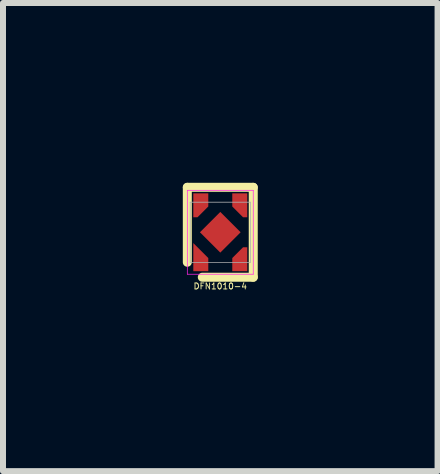
<source format=kicad_pcb>
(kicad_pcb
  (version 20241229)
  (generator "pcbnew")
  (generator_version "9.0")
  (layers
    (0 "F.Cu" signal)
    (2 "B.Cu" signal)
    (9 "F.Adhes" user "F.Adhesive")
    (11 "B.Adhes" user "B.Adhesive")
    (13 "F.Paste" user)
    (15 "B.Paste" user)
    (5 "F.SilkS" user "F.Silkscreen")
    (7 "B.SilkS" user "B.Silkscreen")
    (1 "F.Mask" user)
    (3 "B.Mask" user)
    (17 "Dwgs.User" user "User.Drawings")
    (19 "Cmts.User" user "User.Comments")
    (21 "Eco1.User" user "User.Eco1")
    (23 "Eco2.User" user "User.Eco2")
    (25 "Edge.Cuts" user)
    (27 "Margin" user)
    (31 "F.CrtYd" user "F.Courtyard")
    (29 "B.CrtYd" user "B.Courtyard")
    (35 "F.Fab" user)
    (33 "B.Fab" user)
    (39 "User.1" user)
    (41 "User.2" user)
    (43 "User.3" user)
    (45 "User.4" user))
  (footprint "DFN1010-4"
    (layer "F.Cu")
    (at 0.625 0.825)
    (property "Reference" "DFN1010-4" (at 0 0.9 0) (layer "F.SilkS") (effects (font (size 0.1 0.1) (thickness 0.015))))
    (attr through_hole)
    (fp_line (start -0.55 -0.75) (end -0.55 0.5) (stroke (width 0.15) (type solid)) (layer "F.SilkS"))
    (fp_line (start 0.55 -0.75) (end -0.55 -0.75) (stroke (width 0.15) (type solid)) (layer "F.SilkS"))
    (fp_line (start 0.55 -0.75) (end 0.55 0.75) (stroke (width 0.15) (type solid)) (layer "F.SilkS"))
    (fp_line (start 0.55 0.75) (end -0.3 0.75) (stroke (width 0.15) (type solid)) (layer "F.SilkS"))
    (fp_line (start -0.55 -0.7) (end 0.55 -0.7) (stroke (width 0.012) (type solid)) (layer "F.CrtYd"))
    (fp_line (start -0.55 0.7) (end -0.55 -0.7) (stroke (width 0.012) (type solid)) (layer "F.CrtYd"))
    (fp_line (start 0.55 -0.7) (end 0.55 0.7) (stroke (width 0.012) (type solid)) (layer "F.CrtYd"))
    (fp_line (start 0.55 0.7) (end -0.55 0.7) (stroke (width 0.012) (type solid)) (layer "F.CrtYd"))
    (fp_line (start -0.502 -0.502) (end 0.502 -0.502) (stroke (width 0.013) (type solid)) (layer "F.Fab"))
    (fp_line (start -0.502 0.502) (end -0.502 -0.502) (stroke (width 0.013) (type solid)) (layer "F.Fab"))
    (fp_line (start -0.502 0.502) (end 0.502 0.502) (stroke (width 0.013) (type solid)) (layer "F.Fab"))
    (fp_line (start 0.502 0.502) (end 0.502 -0.502) (stroke (width 0.013) (type solid)) (layer "F.Fab"))
    (pad "1" smd custom (at -0.325 0.54 180) (size 0.25 0.22) (layers "F.Cu" "F.Mask" "F.Paste") (options (anchor rect)) (primitives (gr_poly (pts (xy 0.125 -0.11) (xy -0.125 -0.11) (xy -0.125 0.11) (xy 0.125 0.36)) (width 0) (fill yes))))
    (pad "2" smd custom (at 0.325 0.54 180) (size 0.25 0.22) (layers "F.Cu" "F.Mask" "F.Paste") (options (anchor rect)) (primitives (gr_poly (pts (xy -0.125 -0.11) (xy 0.125 -0.11) (xy 0.125 0.11) (xy -0.055 0.29) (xy -0.125 0.29)) (width 0) (fill yes))))
    (pad "3" smd custom (at -0.325 -0.54) (size 0.25 0.22) (layers "F.Cu" "F.Mask" "F.Paste") (options (anchor rect)) (primitives (gr_poly (pts (xy -0.125 -0.11) (xy 0.125 -0.11) (xy 0.125 0.11) (xy -0.055 0.29) (xy -0.125 0.29)) (width 0) (fill yes))))
    (pad "4" smd custom (at 0.325 -0.54) (size 0.25 0.22) (layers "F.Cu" "F.Mask" "F.Paste") (options (anchor rect)) (primitives (gr_poly (pts (xy 0.125 -0.11) (xy -0.125 -0.11) (xy -0.125 0.11) (xy 0.055 0.29) (xy 0.125 0.29)) (width 0) (fill yes))))
    (pad "5" smd rect (at 0 0 45) (size 0.48 0.48) (layers "F.Cu" "F.Mask" "F.Paste")))
  (gr_rect
    (start -3 -3)
    (end 4.25 4.81)
    (stroke (width 0.1) (type default))
    (fill no)
    (layer "Edge.Cuts")))
</source>
